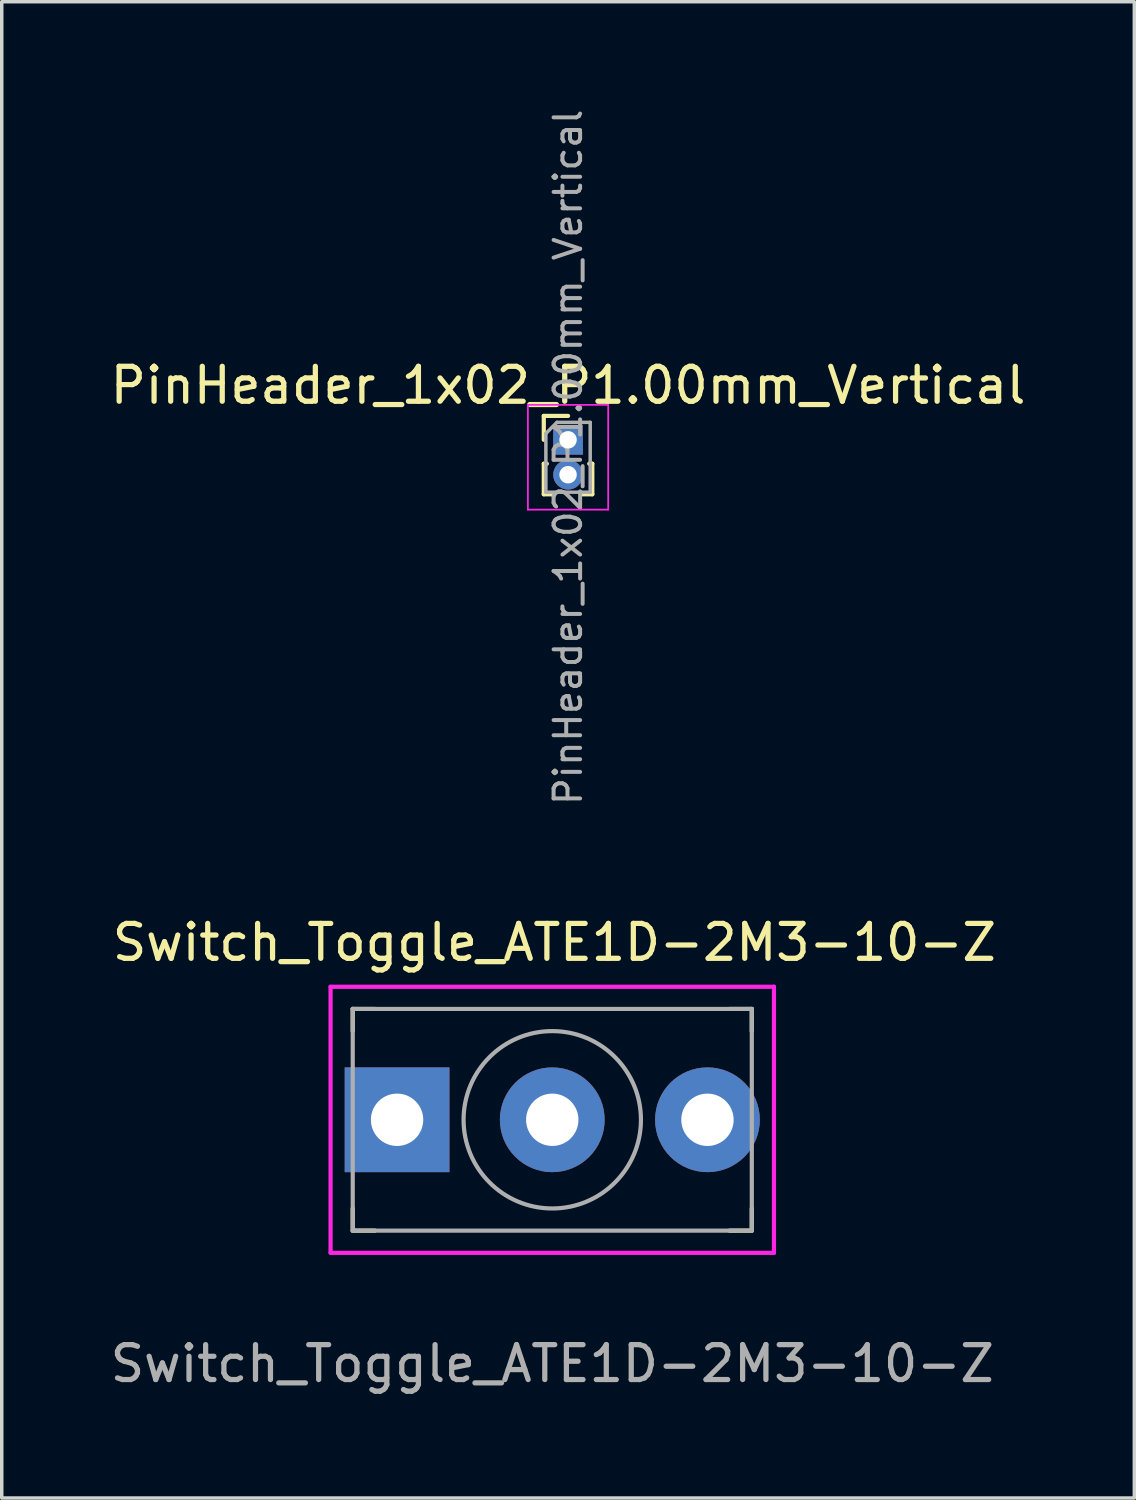
<source format=kicad_pcb>
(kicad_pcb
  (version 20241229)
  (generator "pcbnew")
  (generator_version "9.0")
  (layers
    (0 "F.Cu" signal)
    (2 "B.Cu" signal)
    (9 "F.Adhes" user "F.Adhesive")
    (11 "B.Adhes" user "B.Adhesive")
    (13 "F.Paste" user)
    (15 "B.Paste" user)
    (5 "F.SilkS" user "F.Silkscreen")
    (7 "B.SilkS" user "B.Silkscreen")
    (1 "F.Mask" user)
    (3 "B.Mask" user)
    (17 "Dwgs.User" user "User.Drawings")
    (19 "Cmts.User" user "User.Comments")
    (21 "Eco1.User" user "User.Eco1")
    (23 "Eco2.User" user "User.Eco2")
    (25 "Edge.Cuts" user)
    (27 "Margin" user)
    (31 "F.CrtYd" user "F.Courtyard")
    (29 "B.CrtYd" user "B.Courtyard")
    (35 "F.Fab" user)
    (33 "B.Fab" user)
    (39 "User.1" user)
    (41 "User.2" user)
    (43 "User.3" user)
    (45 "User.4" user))
  (footprint "Switch_Toggle_ATE1D-2M3-10-Z"
    (layer "F.Cu")
    (at 12.768 29.023)
    (property "Reference" "Switch_Toggle_ATE1D-2M3-10-Z" (at 0.06 -5.08 0) (layer "F.SilkS") (effects (font (size 1 1) (thickness 0.15))))
    (attr through_hole)
    (fp_line (start -5.715 -3.175) (end -5.715 -2.54) (stroke (width 0.12) (type solid)) (layer "F.SilkS"))
    (fp_line (start -5.715 -3.175) (end -5.08 -3.175) (stroke (width 0.12) (type solid)) (layer "F.SilkS"))
    (fp_line (start -5.715 2.54) (end -5.715 3.175) (stroke (width 0.12) (type solid)) (layer "F.SilkS"))
    (fp_line (start -5.715 3.175) (end -5.08 3.175) (stroke (width 0.12) (type solid)) (layer "F.SilkS"))
    (fp_line (start 5.08 3.175) (end 5.715 3.175) (stroke (width 0.12) (type solid)) (layer "F.SilkS"))
    (fp_line (start 5.715 -3.175) (end 5.08 -3.175) (stroke (width 0.12) (type solid)) (layer "F.SilkS"))
    (fp_line (start 5.715 -2.54) (end 5.715 -3.175) (stroke (width 0.12) (type solid)) (layer "F.SilkS"))
    (fp_line (start 5.715 3.175) (end 5.715 2.54) (stroke (width 0.12) (type solid)) (layer "F.SilkS"))
    (fp_line (start -6.35 -3.81) (end -6.35 3.81) (stroke (width 0.12) (type solid)) (layer "F.CrtYd"))
    (fp_line (start -6.35 3.81) (end 6.35 3.81) (stroke (width 0.12) (type solid)) (layer "F.CrtYd"))
    (fp_line (start 6.35 -3.81) (end -6.35 -3.81) (stroke (width 0.12) (type solid)) (layer "F.CrtYd"))
    (fp_line (start 6.35 3.81) (end 6.35 -3.81) (stroke (width 0.12) (type solid)) (layer "F.CrtYd"))
    (fp_line (start -5.715 -3.175) (end 5.715 -3.175) (stroke (width 0.12) (type solid)) (layer "F.Fab"))
    (fp_line (start -5.715 3.175) (end -5.715 -3.175) (stroke (width 0.12) (type solid)) (layer "F.Fab"))
    (fp_line (start 5.715 -3.175) (end 5.715 3.175) (stroke (width 0.12) (type solid)) (layer "F.Fab"))
    (fp_line (start 5.715 3.175) (end -5.715 3.175) (stroke (width 0.12) (type solid)) (layer "F.Fab"))
    (fp_circle (center 0 0) (end 2.54 0) (stroke (width 0.12) (type solid)) (fill no) (layer "F.Fab"))
    (fp_text user "${REFERENCE}" (at 0 6.985 0) (layer "F.Fab") (effects (font (size 1 1) (thickness 0.15))))
    (pad "1" thru_hole rect (at -4.445 0) (size 3 3) (drill oval 1.5) (layers "*.Cu" "*.Mask"))
    (pad "2" thru_hole circle (at 0 0) (size 3 3) (drill oval 1.5) (layers "*.Cu" "*.Mask"))
    (pad "3" thru_hole circle (at 4.445 0) (size 3 3) (drill oval 1.5) (layers "*.Cu" "*.Mask")))
  (footprint "PinHeader_1x02_P1.00mm_Vertical"
    (layer "F.Cu")
    (at 13.22 9.547)
    (property "Reference" "PinHeader_1x02_P1.00mm_Vertical" (at 0 -1.56 0) (layer "F.SilkS") (effects (font (size 1 1) (thickness 0.15))))
    (attr through_hole)
    (fp_line (start -0.695 -0.685) (end 0 -0.685) (stroke (width 0.12) (type solid)) (layer "F.SilkS"))
    (fp_line (start -0.695 0) (end -0.695 -0.685) (stroke (width 0.12) (type solid)) (layer "F.SilkS"))
    (fp_line (start -0.695 0.685) (end -0.695 1.56) (stroke (width 0.12) (type solid)) (layer "F.SilkS"))
    (fp_line (start -0.695 0.685) (end -0.608 0.685) (stroke (width 0.12) (type solid)) (layer "F.SilkS"))
    (fp_line (start -0.695 1.56) (end -0.394 1.56) (stroke (width 0.12) (type solid)) (layer "F.SilkS"))
    (fp_line (start 0.394 1.56) (end 0.695 1.56) (stroke (width 0.12) (type solid)) (layer "F.SilkS"))
    (fp_line (start 0.608 0.685) (end 0.695 0.685) (stroke (width 0.12) (type solid)) (layer "F.SilkS"))
    (fp_line (start 0.695 0.685) (end 0.695 1.56) (stroke (width 0.12) (type solid)) (layer "F.SilkS"))
    (fp_line (start -1.15 -1) (end -1.15 2) (stroke (width 0.05) (type solid)) (layer "F.CrtYd"))
    (fp_line (start -1.15 2) (end 1.15 2) (stroke (width 0.05) (type solid)) (layer "F.CrtYd"))
    (fp_line (start 1.15 -1) (end -1.15 -1) (stroke (width 0.05) (type solid)) (layer "F.CrtYd"))
    (fp_line (start 1.15 2) (end 1.15 -1) (stroke (width 0.05) (type solid)) (layer "F.CrtYd"))
    (fp_line (start -0.635 -0.182) (end -0.318 -0.5) (stroke (width 0.1) (type solid)) (layer "F.Fab"))
    (fp_line (start -0.635 1.5) (end -0.635 -0.182) (stroke (width 0.1) (type solid)) (layer "F.Fab"))
    (fp_line (start -0.318 -0.5) (end 0.635 -0.5) (stroke (width 0.1) (type solid)) (layer "F.Fab"))
    (fp_line (start 0.635 -0.5) (end 0.635 1.5) (stroke (width 0.1) (type solid)) (layer "F.Fab"))
    (fp_line (start 0.635 1.5) (end -0.635 1.5) (stroke (width 0.1) (type solid)) (layer "F.Fab"))
    (fp_text user "${REFERENCE}" (at 0 0.5 90) (layer "F.Fab") (effects (font (size 0.76 0.76) (thickness 0.114))))
    (pad "1" thru_hole rect (at 0 0) (size 0.85 0.85) (drill 0.5) (layers "*.Cu" "*.Mask"))
    (pad "2" thru_hole oval (at 0 1) (size 0.85 0.85) (drill 0.5) (layers "*.Cu" "*.Mask")))
  (gr_rect
    (start -3 -3)
    (end 29.44 39.856)
    (stroke (width 0.1) (type default))
    (fill no)
    (layer "Edge.Cuts")))
</source>
